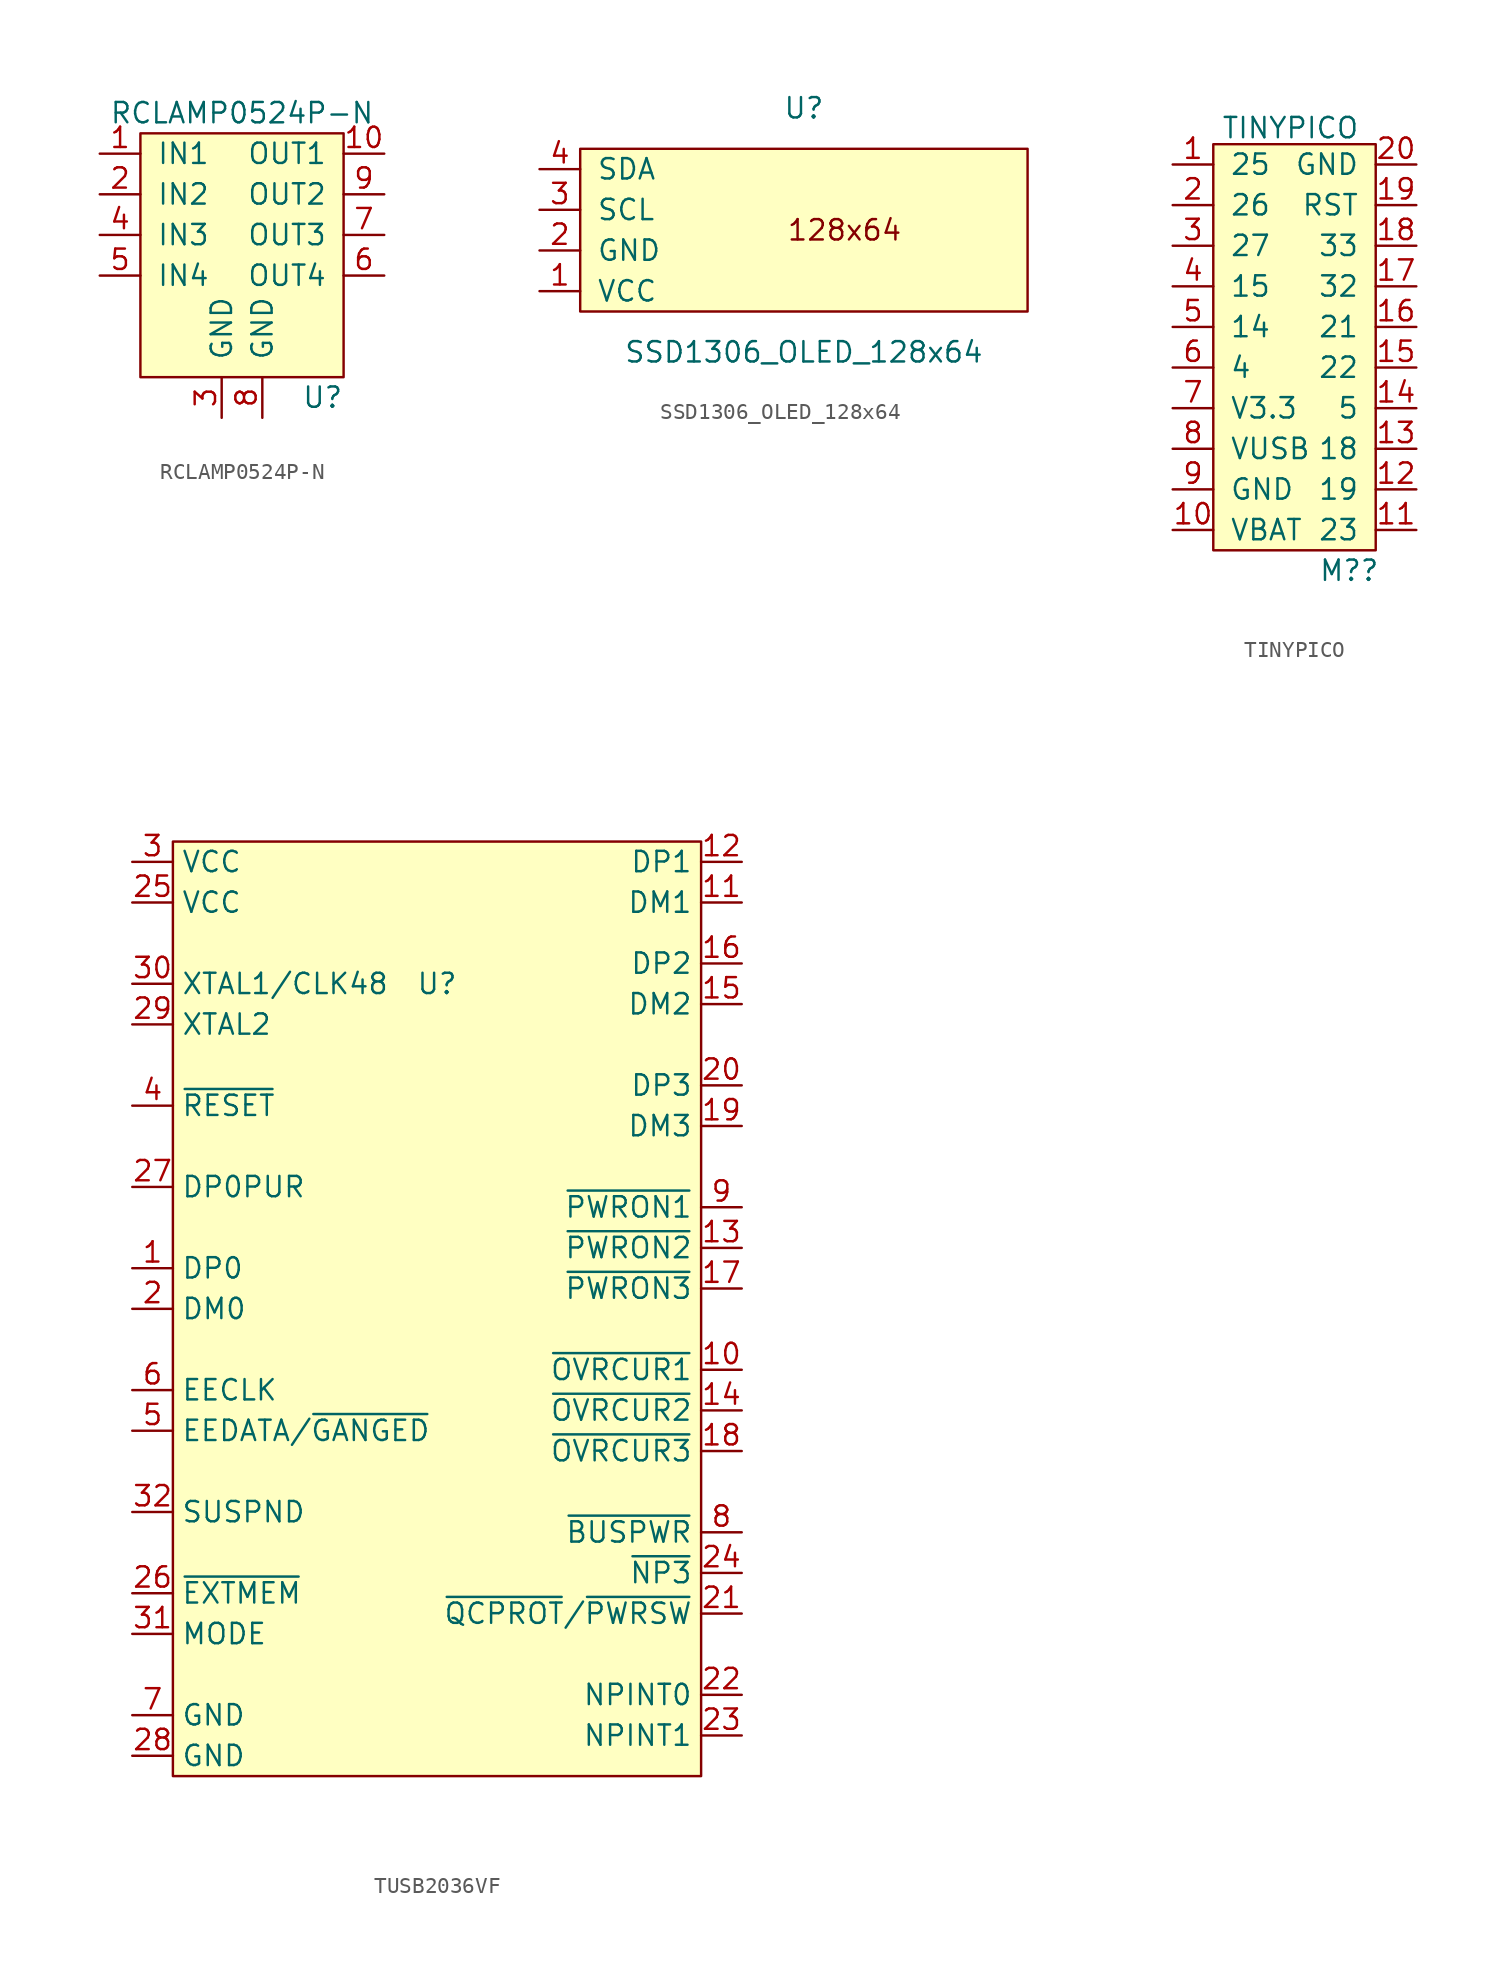
<source format=kicad_sym>
(kicad_symbol_lib
  (version 20231120)
  (generator "kicad_symbol_editor")
  (generator_version "8.0")
  (symbol "RCLAMP0524P-N"
    (pin_names
      (offset 1.016))
    (property "Reference" "U"
      (at 6.35 -10.16 0)
      (effects (font (size 1.27 1.27)) (justify right)))
    (property "Value" "RCLAMP0524P-N"
      (at 0 7.62 0)
      (effects (font (size 1.27 1.27))))
    (symbol "RCLAMP0524P-N_0_1"
      (rectangle (start -6.35 6.35) (end 6.35 -8.89) (stroke (width 0) (type default)) (fill (type background))))
    (symbol "RCLAMP0524P-N_1_1"
      (pin input line (at -8.89 5.08 0) (length 2.54) (name "IN1" (effects (font (size 1.27 1.27)))) (number "1" (effects (font (size 1.27 1.27)))))
      (pin output line (at 8.89 5.08 180) (length 2.54) (name "OUT1" (effects (font (size 1.27 1.27)))) (number "10" (effects (font (size 1.27 1.27)))))
      (pin input line (at -8.89 2.54 0) (length 2.54) (name "IN2" (effects (font (size 1.27 1.27)))) (number "2" (effects (font (size 1.27 1.27)))))
      (pin power_in line (at -1.27 -11.43 90) (length 2.54) (name "GND" (effects (font (size 1.27 1.27)))) (number "3" (effects (font (size 1.27 1.27)))))
      (pin input line (at -8.89 0 0) (length 2.54) (name "IN3" (effects (font (size 1.27 1.27)))) (number "4" (effects (font (size 1.27 1.27)))))
      (pin input line (at -8.89 -2.54 0) (length 2.54) (name "IN4" (effects (font (size 1.27 1.27)))) (number "5" (effects (font (size 1.27 1.27)))))
      (pin output line (at 8.89 -2.54 180) (length 2.54) (name "OUT4" (effects (font (size 1.27 1.27)))) (number "6" (effects (font (size 1.27 1.27)))))
      (pin output line (at 8.89 0 180) (length 2.54) (name "OUT3" (effects (font (size 1.27 1.27)))) (number "7" (effects (font (size 1.27 1.27)))))
      (pin power_in line (at 1.27 -11.43 90) (length 2.54) (name "GND" (effects (font (size 1.27 1.27)))) (number "8" (effects (font (size 1.27 1.27)))))
      (pin output line (at 8.89 2.54 180) (length 2.54) (name "OUT2" (effects (font (size 1.27 1.27)))) (number "9" (effects (font (size 1.27 1.27)))))))
  (symbol "SSD1306_OLED_128x64"
    (pin_names
      (offset 1.016))
    (property "Reference" "U"
      (at 1.27 8.89 0)
      (effects (font (size 1.27 1.27))))
    (property "Value" "SSD1306_OLED_128x64"
      (at 1.27 -6.35 0)
      (effects (font (size 1.27 1.27))))
    (symbol "SSD1306_OLED_128x64_0_0"
      (text "128x64" (at 3.81 1.27 0) (effects (font (size 1.27 1.27)))))
    (symbol "SSD1306_OLED_128x64_0_1"
      (rectangle (start -12.7 6.35) (end 15.24 -3.81) (stroke (width 0) (type default)) (fill (type background))))
    (symbol "SSD1306_OLED_128x64_1_1"
      (pin power_in line (at -15.24 -2.54 0) (length 2.54) (name "VCC" (effects (font (size 1.27 1.27)))) (number "1" (effects (font (size 1.27 1.27)))))
      (pin passive line (at -15.24 0 0) (length 2.54) (name "GND" (effects (font (size 1.27 1.27)))) (number "2" (effects (font (size 1.27 1.27)))))
      (pin input line (at -15.24 2.54 0) (length 2.54) (name "SCL" (effects (font (size 1.27 1.27)))) (number "3" (effects (font (size 1.27 1.27)))))
      (pin input line (at -15.24 5.08 0) (length 2.54) (name "SDA" (effects (font (size 1.27 1.27)))) (number "4" (effects (font (size 1.27 1.27)))))))
  (symbol "TINYPICO"
    (pin_names
      (offset 1.016))
    (property "Reference" "M?"
      (at 12.954 -25.4 0)
      (effects (font (size 1.27 1.27)) (justify right)))
    (property "Value" "TINYPICO"
      (at 7.366 2.286 0)
      (effects (font (size 1.27 1.27))))
    (symbol "TINYPICO_1_1"
      (rectangle (start 2.54 1.27) (end 12.7 -24.13) (stroke (width 0.152) (type default)) (fill (type background)))
      (pin bidirectional line (at 0 0 0) (length 2.54) (name "25" (effects (font (size 1.27 1.27)))) (number "1" (effects (font (size 1.27 1.27)))))
      (pin power_in line (at 0 -22.86 0) (length 2.54) (name "VBAT" (effects (font (size 1.27 1.27)))) (number "10" (effects (font (size 1.27 1.27)))))
      (pin bidirectional line (at 15.24 -22.86 180) (length 2.54) (name "23" (effects (font (size 1.27 1.27)))) (number "11" (effects (font (size 1.27 1.27)))))
      (pin bidirectional line (at 15.24 -20.32 180) (length 2.54) (name "19" (effects (font (size 1.27 1.27)))) (number "12" (effects (font (size 1.27 1.27)))))
      (pin bidirectional line (at 15.24 -17.78 180) (length 2.54) (name "18" (effects (font (size 1.27 1.27)))) (number "13" (effects (font (size 1.27 1.27)))))
      (pin bidirectional line (at 15.24 -15.24 180) (length 2.54) (name "5" (effects (font (size 1.27 1.27)))) (number "14" (effects (font (size 1.27 1.27)))))
      (pin bidirectional line (at 15.24 -12.7 180) (length 2.54) (name "22" (effects (font (size 1.27 1.27)))) (number "15" (effects (font (size 1.27 1.27)))))
      (pin bidirectional line (at 15.24 -10.16 180) (length 2.54) (name "21" (effects (font (size 1.27 1.27)))) (number "16" (effects (font (size 1.27 1.27)))))
      (pin bidirectional line (at 15.24 -7.62 180) (length 2.54) (name "32" (effects (font (size 1.27 1.27)))) (number "17" (effects (font (size 1.27 1.27)))))
      (pin bidirectional line (at 15.24 -5.08 180) (length 2.54) (name "33" (effects (font (size 1.27 1.27)))) (number "18" (effects (font (size 1.27 1.27)))))
      (pin input line (at 15.24 -2.54 180) (length 2.54) (name "RST" (effects (font (size 1.27 1.27)))) (number "19" (effects (font (size 1.27 1.27)))))
      (pin bidirectional line (at 0 -2.54 0) (length 2.54) (name "26" (effects (font (size 1.27 1.27)))) (number "2" (effects (font (size 1.27 1.27)))))
      (pin power_in line (at 15.24 0 180) (length 2.54) (name "GND" (effects (font (size 1.27 1.27)))) (number "20" (effects (font (size 1.27 1.27)))))
      (pin bidirectional line (at 0 -5.08 0) (length 2.54) (name "27" (effects (font (size 1.27 1.27)))) (number "3" (effects (font (size 1.27 1.27)))))
      (pin bidirectional line (at 0 -7.62 0) (length 2.54) (name "15" (effects (font (size 1.27 1.27)))) (number "4" (effects (font (size 1.27 1.27)))))
      (pin bidirectional line (at 0 -10.16 0) (length 2.54) (name "14" (effects (font (size 1.27 1.27)))) (number "5" (effects (font (size 1.27 1.27)))))
      (pin bidirectional line (at 0 -12.7 0) (length 2.54) (name "4" (effects (font (size 1.27 1.27)))) (number "6" (effects (font (size 1.27 1.27)))))
      (pin power_in line (at 0 -15.24 0) (length 2.54) (name "V3.3" (effects (font (size 1.27 1.27)))) (number "7" (effects (font (size 1.27 1.27)))))
      (pin power_in line (at 0 -17.78 0) (length 2.54) (name "VUSB" (effects (font (size 1.27 1.27)))) (number "8" (effects (font (size 1.27 1.27)))))
      (pin power_in line (at 0 -20.32 0) (length 2.54) (name "GND" (effects (font (size 1.27 1.27)))) (number "9" (effects (font (size 1.27 1.27)))))))
  (symbol "TUSB2036VF"
    (property "Reference" "U"
      (at 0 0 0)
      (effects (font (size 1.27 1.27))))
    (property "Value" ""
      (at 0 0 0)
      (effects (font (size 1.27 1.27))))
    (symbol "TUSB2036VF_1_1"
      (rectangle (start -16.51 8.89) (end 16.51 -49.53) (stroke (width 0) (type default)) (fill (type background)))
      (pin power_in line (at -19.05 -17.78 0) (length 2.54) (name "DP0" (effects (font (size 1.27 1.27)))) (number "1" (effects (font (size 1.27 1.27)))))
      (pin output line (at 19.05 -24.13 180) (length 2.54) (name "~{OVRCUR1}" (effects (font (size 1.27 1.27)))) (number "10" (effects (font (size 1.27 1.27)))))
      (pin bidirectional line (at 19.05 5.08 180) (length 2.54) (name "DM1" (effects (font (size 1.27 1.27)))) (number "11" (effects (font (size 1.27 1.27)))))
      (pin bidirectional line (at 19.05 7.62 180) (length 2.54) (name "DP1" (effects (font (size 1.27 1.27)))) (number "12" (effects (font (size 1.27 1.27)))))
      (pin output line (at 19.05 -16.51 180) (length 2.54) (name "~{PWRON2}" (effects (font (size 1.27 1.27)))) (number "13" (effects (font (size 1.27 1.27)))))
      (pin output line (at 19.05 -26.67 180) (length 2.54) (name "~{OVRCUR2}" (effects (font (size 1.27 1.27)))) (number "14" (effects (font (size 1.27 1.27)))))
      (pin bidirectional line (at 19.05 -1.27 180) (length 2.54) (name "DM2" (effects (font (size 1.27 1.27)))) (number "15" (effects (font (size 1.27 1.27)))))
      (pin bidirectional line (at 19.05 1.27 180) (length 2.54) (name "DP2" (effects (font (size 1.27 1.27)))) (number "16" (effects (font (size 1.27 1.27)))))
      (pin output line (at 19.05 -19.05 180) (length 2.54) (name "~{PWRON3}" (effects (font (size 1.27 1.27)))) (number "17" (effects (font (size 1.27 1.27)))))
      (pin output line (at 19.05 -29.21 180) (length 2.54) (name "~{OVRCUR3}" (effects (font (size 1.27 1.27)))) (number "18" (effects (font (size 1.27 1.27)))))
      (pin bidirectional line (at 19.05 -8.89 180) (length 2.54) (name "DM3" (effects (font (size 1.27 1.27)))) (number "19" (effects (font (size 1.27 1.27)))))
      (pin power_in line (at -19.05 -20.32 0) (length 2.54) (name "DM0" (effects (font (size 1.27 1.27)))) (number "2" (effects (font (size 1.27 1.27)))))
      (pin bidirectional line (at 19.05 -6.35 180) (length 2.54) (name "DP3" (effects (font (size 1.27 1.27)))) (number "20" (effects (font (size 1.27 1.27)))))
      (pin input line (at 19.05 -39.37 180) (length 2.54) (name "~{QCPROT}/~{PWRSW}" (effects (font (size 1.27 1.27)))) (number "21" (effects (font (size 1.27 1.27)))))
      (pin input line (at 19.05 -44.45 180) (length 2.54) (name "NPINT0" (effects (font (size 1.27 1.27)))) (number "22" (effects (font (size 1.27 1.27)))))
      (pin input line (at 19.05 -46.99 180) (length 2.54) (name "NPINT1" (effects (font (size 1.27 1.27)))) (number "23" (effects (font (size 1.27 1.27)))))
      (pin input line (at 19.05 -36.83 180) (length 2.54) (name "~{NP3}" (effects (font (size 1.27 1.27)))) (number "24" (effects (font (size 1.27 1.27)))))
      (pin power_in line (at -19.05 5.08 0) (length 2.54) (name "VCC" (effects (font (size 1.27 1.27)))) (number "25" (effects (font (size 1.27 1.27)))))
      (pin input line (at -19.05 -38.1 0) (length 2.54) (name "~{EXTMEM}" (effects (font (size 1.27 1.27)))) (number "26" (effects (font (size 1.27 1.27)))))
      (pin input line (at -19.05 -12.7 0) (length 2.54) (name "DP0PUR" (effects (font (size 1.27 1.27)))) (number "27" (effects (font (size 1.27 1.27)))))
      (pin power_in line (at -19.05 -48.26 0) (length 2.54) (name "GND" (effects (font (size 1.27 1.27)))) (number "28" (effects (font (size 1.27 1.27)))))
      (pin output line (at -19.05 -2.54 0) (length 2.54) (name "XTAL2" (effects (font (size 1.27 1.27)))) (number "29" (effects (font (size 1.27 1.27)))))
      (pin power_in line (at -19.05 7.62 0) (length 2.54) (name "VCC" (effects (font (size 1.27 1.27)))) (number "3" (effects (font (size 1.27 1.27)))))
      (pin input line (at -19.05 0 0) (length 2.54) (name "XTAL1/CLK48" (effects (font (size 1.27 1.27)))) (number "30" (effects (font (size 1.27 1.27)))))
      (pin input line (at -19.05 -40.64 0) (length 2.54) (name "MODE" (effects (font (size 1.27 1.27)))) (number "31" (effects (font (size 1.27 1.27)))))
      (pin input line (at -19.05 -33.02 0) (length 2.54) (name "SUSPND" (effects (font (size 1.27 1.27)))) (number "32" (effects (font (size 1.27 1.27)))))
      (pin input line (at -19.05 -7.62 0) (length 2.54) (name "~{RESET}" (effects (font (size 1.27 1.27)))) (number "4" (effects (font (size 1.27 1.27)))))
      (pin bidirectional line (at -19.05 -27.94 0) (length 2.54) (name "EEDATA/~{GANGED}" (effects (font (size 1.27 1.27)))) (number "5" (effects (font (size 1.27 1.27)))))
      (pin output line (at -19.05 -25.4 0) (length 2.54) (name "EECLK" (effects (font (size 1.27 1.27)))) (number "6" (effects (font (size 1.27 1.27)))))
      (pin power_in line (at -19.05 -45.72 0) (length 2.54) (name "GND" (effects (font (size 1.27 1.27)))) (number "7" (effects (font (size 1.27 1.27)))))
      (pin input line (at 19.05 -34.29 180) (length 2.54) (name "~{BUSPWR}" (effects (font (size 1.27 1.27)))) (number "8" (effects (font (size 1.27 1.27)))))
      (pin output line (at 19.05 -13.97 180) (length 2.54) (name "~{PWRON1}" (effects (font (size 1.27 1.27)))) (number "9" (effects (font (size 1.27 1.27))))))))
</source>
